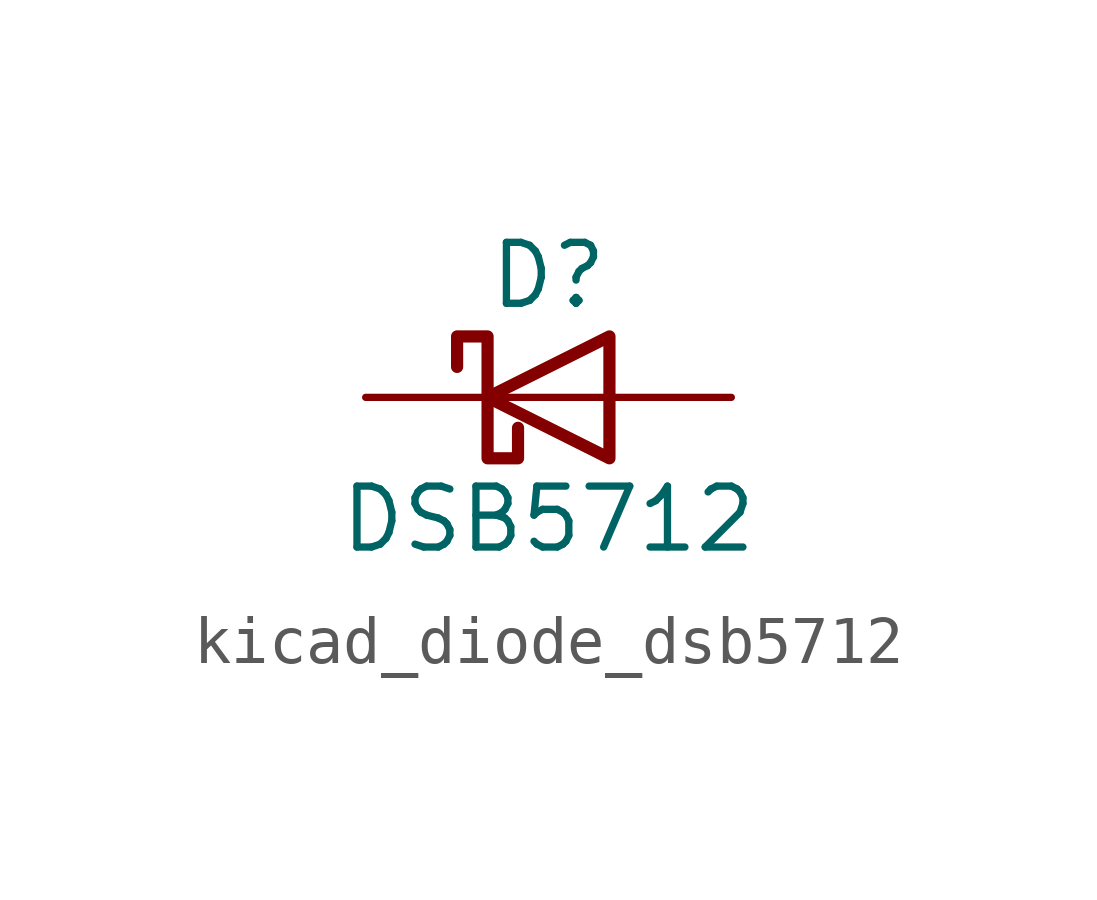
<source format=kicad_sym>
(kicad_symbol_lib
  (version 20220914)
  (generator kicad_symbol_editor)
  (symbol "kicad_diode_dsb5712"
    (pin_numbers hide)
    (pin_names
      (offset 1.016) hide)
    (property "Reference" "D"
      (at 0 2.54 0)
      (effects (font (size 1.27 1.27))))
    (property "Value" "DSB5712"
      (at 0 -2.54 0)
      (effects (font (size 1.27 1.27))))
    (symbol "kicad_diode_dsb5712_0_1"
      (polyline (pts (xy 1.27 0) (xy -1.27 0)) (stroke (width 0) (type default)) (fill (type none)))
      (polyline (pts (xy 1.27 1.27) (xy 1.27 -1.27) (xy -1.27 0) (xy 1.27 1.27)) (stroke (width 0.254) (type default)) (fill (type none)))
      (polyline (pts (xy -1.905 0.635) (xy -1.905 1.27) (xy -1.27 1.27) (xy -1.27 -1.27) (xy -0.635 -1.27) (xy -0.635 -0.635)) (stroke (width 0.254) (type default)) (fill (type none))))
    (symbol "kicad_diode_dsb5712_1_1"
      (pin passive line (at -3.81 0 0) (length 2.54) (name "K" (effects (font (size 1.27 1.27)))) (number "1" (effects (font (size 1.27 1.27)))))
      (pin passive line (at 3.81 0 180) (length 2.54) (name "A" (effects (font (size 1.27 1.27)))) (number "2" (effects (font (size 1.27 1.27))))))))
</source>
